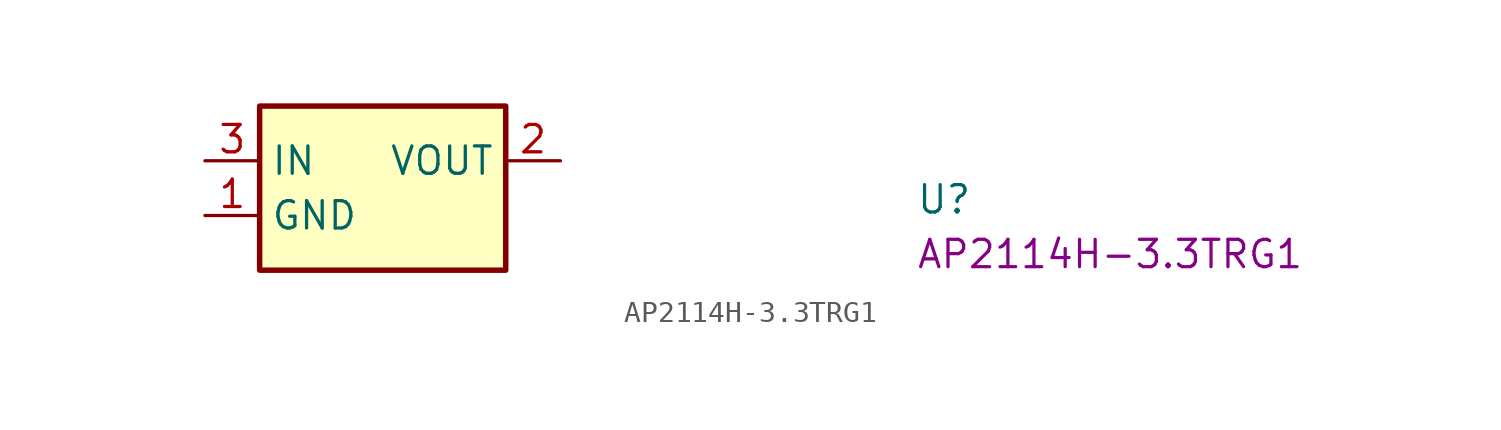
<source format=kicad_sym>
(kicad_symbol_lib
  (version 20220914)
  (generator kicad_symbol_editor)
  (symbol "AP2114H-3.3TRG1"
    (property "Reference" "U"
      (at 33.02 -2.54 0)
      (effects (font (size 1.27 1.27) (thickness 0.15)) (justify left bottom)))
    (property "MPN" "AP2114H-3.3TRG1"
      (at 33.02 -5.08 0)
      (effects (font (size 1.27 1.27) (thickness 0.15)) (justify left bottom)))
    (symbol "AP2114H-3.3TRG1_1_1"
      (rectangle (start 2.54 2.54) (end 13.97 -5.08) (stroke (width 0.254) (type default)) (fill (type background)))
      (pin power_in line (at 0 -2.54 0) (length 2.54) (name "GND" (effects (font (size 1.27 1.27)))) (number "1" (effects (font (size 1.27 1.27)))))
      (pin power_out line (at 16.51 0 180) (length 2.54) (name "VOUT" (effects (font (size 1.27 1.27)))) (number "2" (effects (font (size 1.27 1.27)))))
      (pin input line (at 0 0 0) (length 2.54) (name "IN" (effects (font (size 1.27 1.27)))) (number "3" (effects (font (size 1.27 1.27)))))
      (pin passive line (at 16.51 0 180) (length 2.54) hide (name "VOUT" (effects (font (size 1.27 1.27)))) (number "4" (effects (font (size 1.27 1.27))))))))
</source>
